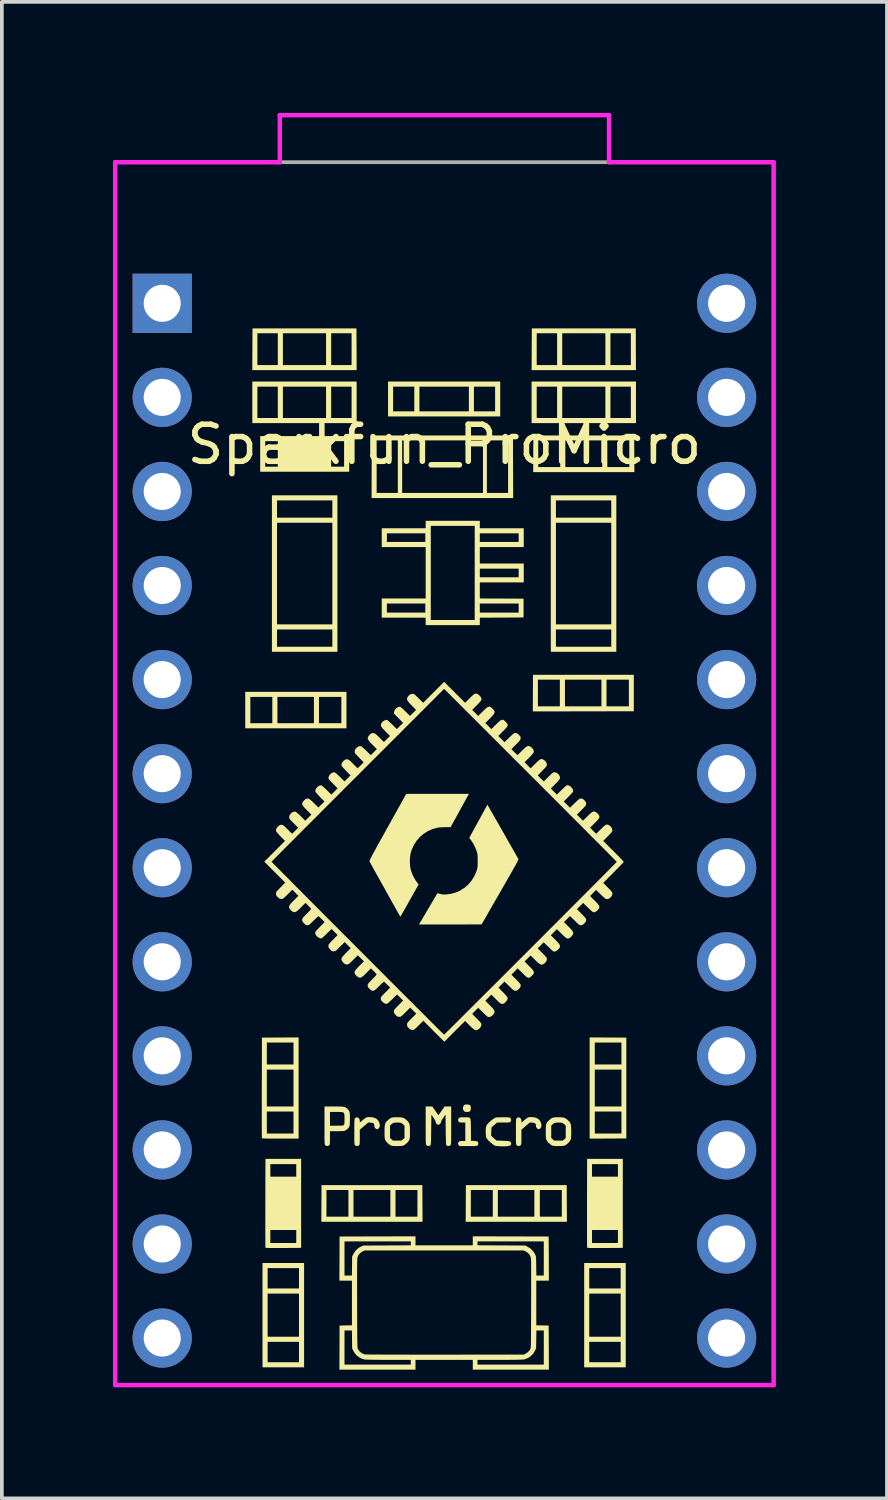
<source format=kicad_pcb>
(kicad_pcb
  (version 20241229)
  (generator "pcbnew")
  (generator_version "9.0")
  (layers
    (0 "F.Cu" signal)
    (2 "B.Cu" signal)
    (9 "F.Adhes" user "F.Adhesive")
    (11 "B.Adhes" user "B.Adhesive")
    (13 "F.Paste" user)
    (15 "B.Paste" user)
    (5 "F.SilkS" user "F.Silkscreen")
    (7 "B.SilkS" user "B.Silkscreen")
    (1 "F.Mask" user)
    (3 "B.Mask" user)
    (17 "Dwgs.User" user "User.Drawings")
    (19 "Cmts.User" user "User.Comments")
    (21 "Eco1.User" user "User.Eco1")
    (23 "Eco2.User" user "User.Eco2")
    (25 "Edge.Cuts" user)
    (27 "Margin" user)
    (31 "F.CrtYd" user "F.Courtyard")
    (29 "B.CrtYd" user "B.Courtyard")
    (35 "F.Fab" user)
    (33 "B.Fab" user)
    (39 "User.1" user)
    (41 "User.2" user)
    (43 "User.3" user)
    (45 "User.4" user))
  (footprint "Sparkfun_ProMicro"
    (layer "F.Cu")
    (at 8.95 19.11)
    (property "Reference" "Sparkfun_ProMicro" (at 0 -10.16 0) (layer "F.SilkS") (effects (font (size 1 1) (thickness 0.15))))
    (attr through_hole)
    (fp_poly (pts (xy -2.571 -9.422) (xy -4.975 -9.422) (xy -4.975 -9.559) (xy -4.838 -9.559) (xy -4.499 -9.559) (xy -3.058 -9.559) (xy -2.709 -9.559) (xy -2.709 -10.248) (xy -3.058 -10.248) (xy -3.058 -9.559) (xy -4.499 -9.559) (xy -4.499 -10.248) (xy -4.838 -10.248) (xy -4.838 -9.559) (xy -4.975 -9.559) (xy -4.975 -10.385) (xy -2.571 -10.385)) (stroke (width 0) (type solid)) (fill yes) (layer "F.SilkS"))
    (fp_poly (pts (xy 0.658 7.667) (xy 0.689 7.678) (xy 0.705 7.7) (xy 0.712 7.737) (xy 0.713 7.762) (xy 0.709 7.81) (xy 0.695 7.841) (xy 0.668 7.858) (xy 0.625 7.865) (xy 0.611 7.865) (xy 0.574 7.863) (xy 0.549 7.856) (xy 0.528 7.84) (xy 0.527 7.839) (xy 0.506 7.805) (xy 0.5 7.763) (xy 0.507 7.72) (xy 0.523 7.692) (xy 0.537 7.676) (xy 0.555 7.668) (xy 0.581 7.664) (xy 0.611 7.664)) (stroke (width 0) (type solid)) (fill yes) (layer "F.SilkS"))
    (fp_poly (pts (xy -2.645 -2.494) (xy -5.378 -2.494) (xy -5.378 -2.632) (xy -5.24 -2.632) (xy -4.647 -2.632) (xy -4.509 -2.632) (xy -3.524 -2.632) (xy -3.387 -2.632) (xy -2.783 -2.632) (xy -2.783 -3.342) (xy -3.387 -3.342) (xy -3.387 -2.632) (xy -3.524 -2.632) (xy -3.524 -3.342) (xy -4.509 -3.342) (xy -4.509 -2.632) (xy -4.647 -2.632) (xy -4.647 -3.342) (xy -5.24 -3.342) (xy -5.24 -2.632) (xy -5.378 -2.632) (xy -5.378 -3.479) (xy -2.645 -3.479)) (stroke (width 0) (type solid)) (fill yes) (layer "F.SilkS"))
    (fp_poly (pts (xy -2.37 -10.735) (xy -5.187 -10.735) (xy -5.187 -10.873) (xy -5.05 -10.873) (xy -4.499 -10.873) (xy -4.361 -10.873) (xy -3.196 -10.873) (xy -3.058 -10.873) (xy -2.507 -10.873) (xy -2.507 -11.72) (xy -3.058 -11.72) (xy -3.058 -10.873) (xy -3.196 -10.873) (xy -3.196 -11.72) (xy -4.361 -11.72) (xy -4.361 -10.873) (xy -4.499 -10.873) (xy -4.499 -11.72) (xy -5.05 -11.72) (xy -5.05 -10.873) (xy -5.187 -10.873) (xy -5.187 -11.858) (xy -2.37 -11.858)) (stroke (width 0) (type solid)) (fill yes) (layer "F.SilkS"))
    (fp_poly (pts (xy 1.507 -10.915) (xy -1.522 -10.915) (xy -1.522 -11.053) (xy -1.385 -11.053) (xy -0.813 -11.053) (xy -0.675 -11.053) (xy 0.66 -11.053) (xy 0.797 -11.053) (xy 1.369 -11.053) (xy 1.369 -11.72) (xy 0.797 -11.72) (xy 0.797 -11.053) (xy 0.66 -11.053) (xy 0.66 -11.72) (xy -0.675 -11.72) (xy -0.675 -11.053) (xy -0.813 -11.053) (xy -0.813 -11.72) (xy -1.385 -11.72) (xy -1.385 -11.053) (xy -1.522 -11.053) (xy -1.522 -11.858) (xy 1.507 -11.858)) (stroke (width 0) (type solid)) (fill yes) (layer "F.SilkS"))
    (fp_poly (pts (xy 5.172 -10.735) (xy 2.354 -10.735) (xy 2.354 -10.873) (xy 2.492 -10.873) (xy 3.043 -10.873) (xy 3.181 -10.873) (xy 4.346 -10.873) (xy 4.483 -10.873) (xy 5.034 -10.873) (xy 5.034 -11.72) (xy 4.483 -11.72) (xy 4.483 -10.873) (xy 4.346 -10.873) (xy 4.346 -11.72) (xy 3.181 -11.72) (xy 3.181 -10.873) (xy 3.043 -10.873) (xy 3.043 -11.72) (xy 2.492 -11.72) (xy 2.492 -10.873) (xy 2.354 -10.873) (xy 2.354 -11.858) (xy 5.172 -11.858)) (stroke (width 0) (type solid)) (fill yes) (layer "F.SilkS"))
    (fp_poly (pts (xy 1.854 -9.557) (xy 1.857 -8.712) (xy -1.967 -8.712) (xy -1.967 -8.85) (xy -1.83 -8.85) (xy -1.258 -8.85) (xy -1.141 -8.85) (xy 1.041 -8.85) (xy 1.147 -8.85) (xy 1.719 -8.85) (xy 1.719 -10.269) (xy 1.147 -10.269) (xy 1.147 -8.85) (xy 1.041 -8.85) (xy 1.041 -10.269) (xy -1.141 -10.269) (xy -1.141 -8.85) (xy -1.258 -8.85) (xy -1.258 -10.269) (xy -1.83 -10.269) (xy -1.83 -8.85) (xy -1.967 -8.85) (xy -1.962 -10.401) (xy 1.851 -10.401)) (stroke (width 0) (type solid)) (fill yes) (layer "F.SilkS"))
    (fp_poly (pts (xy 5.114 -2.955) (xy 2.386 -2.95) (xy 2.387 -3.087) (xy 2.524 -3.087) (xy 3.117 -3.087) (xy 3.255 -3.087) (xy 4.24 -3.087) (xy 4.377 -3.087) (xy 4.981 -3.087) (xy 4.981 -3.808) (xy 4.377 -3.808) (xy 4.377 -3.087) (xy 4.24 -3.087) (xy 4.24 -3.808) (xy 3.255 -3.808) (xy 3.255 -3.087) (xy 3.117 -3.087) (xy 3.117 -3.808) (xy 2.524 -3.808) (xy 2.524 -3.087) (xy 2.387 -3.087) (xy 2.389 -3.445) (xy 2.391 -3.94) (xy 5.114 -3.94)) (stroke (width 0) (type solid)) (fill yes) (layer "F.SilkS"))
    (fp_poly (pts (xy -3.789 14.76) (xy -4.912 14.76) (xy -4.912 14.623) (xy -4.774 14.623) (xy -3.927 14.623) (xy -3.927 14.072) (xy -4.774 14.072) (xy -4.774 14.623) (xy -4.912 14.623) (xy -4.912 13.934) (xy -4.774 13.934) (xy -3.927 13.934) (xy -3.927 12.769) (xy -4.774 12.769) (xy -4.774 13.934) (xy -4.912 13.934) (xy -4.912 12.631) (xy -4.774 12.631) (xy -3.927 12.631) (xy -3.927 12.081) (xy -4.774 12.081) (xy -4.774 12.631) (xy -4.912 12.631) (xy -4.912 11.943) (xy -3.789 11.943)) (stroke (width 0) (type solid)) (fill yes) (layer "F.SilkS"))
    (fp_poly (pts (xy -2.889 -4.56) (xy -4.658 -4.56) (xy -4.658 -4.697) (xy -4.52 -4.697) (xy -3.026 -4.697) (xy -3.026 -5.163) (xy -4.52 -5.163) (xy -4.52 -4.697) (xy -4.658 -4.697) (xy -4.658 -5.301) (xy -4.52 -5.301) (xy -3.026 -5.301) (xy -3.026 -8.045) (xy -4.52 -8.045) (xy -4.52 -5.301) (xy -4.658 -5.301) (xy -4.658 -8.182) (xy -4.52 -8.182) (xy -3.026 -8.182) (xy -3.026 -8.648) (xy -4.52 -8.648) (xy -4.52 -8.182) (xy -4.658 -8.182) (xy -4.658 -8.786) (xy -2.889 -8.786)) (stroke (width 0) (type solid)) (fill yes) (layer "F.SilkS"))
    (fp_poly (pts (xy -2.372 -12.729) (xy -2.37 -12.165) (xy -5.187 -12.165) (xy -5.187 -12.303) (xy -5.05 -12.303) (xy -4.499 -12.303) (xy -4.361 -12.303) (xy -3.196 -12.303) (xy -3.058 -12.303) (xy -2.507 -12.303) (xy -2.507 -13.161) (xy -3.058 -13.161) (xy -3.058 -12.303) (xy -3.196 -12.303) (xy -3.196 -13.161) (xy -4.361 -13.161) (xy -4.361 -12.303) (xy -4.499 -12.303) (xy -4.499 -13.161) (xy -5.05 -13.161) (xy -5.05 -12.303) (xy -5.187 -12.303) (xy -5.185 -12.729) (xy -5.182 -13.293) (xy -2.375 -13.293)) (stroke (width 0) (type solid)) (fill yes) (layer "F.SilkS"))
    (fp_poly (pts (xy -0.593 10.336) (xy -0.59 10.831) (xy -3.323 10.831) (xy -3.323 10.693) (xy -3.185 10.693) (xy -2.592 10.693) (xy -2.455 10.693) (xy -1.459 10.693) (xy -1.321 10.693) (xy -0.728 10.693) (xy -0.728 9.973) (xy -1.321 9.973) (xy -1.321 10.693) (xy -1.459 10.693) (xy -1.459 9.973) (xy -2.455 9.973) (xy -2.455 10.693) (xy -2.592 10.693) (xy -2.592 9.973) (xy -3.185 9.973) (xy -3.185 10.693) (xy -3.323 10.693) (xy -3.321 10.336) (xy -3.318 9.84) (xy -0.596 9.84)) (stroke (width 0) (type solid)) (fill yes) (layer "F.SilkS"))
    (fp_poly (pts (xy 3.305 10.336) (xy 3.308 10.831) (xy 0.575 10.831) (xy 0.575 10.693) (xy 0.713 10.693) (xy 1.306 10.693) (xy 1.443 10.693) (xy 2.428 10.693) (xy 2.577 10.693) (xy 3.17 10.693) (xy 3.17 9.973) (xy 2.577 9.973) (xy 2.577 10.693) (xy 2.428 10.693) (xy 2.428 9.973) (xy 1.443 9.973) (xy 1.443 10.693) (xy 1.306 10.693) (xy 1.306 9.973) (xy 0.713 9.973) (xy 0.713 10.693) (xy 0.575 10.693) (xy 0.577 10.336) (xy 0.58 9.84) (xy 3.302 9.84)) (stroke (width 0) (type solid)) (fill yes) (layer "F.SilkS"))
    (fp_poly (pts (xy 4.642 -4.56) (xy 2.873 -4.56) (xy 2.873 -4.697) (xy 3.011 -4.697) (xy 4.505 -4.697) (xy 4.505 -5.163) (xy 3.011 -5.163) (xy 3.011 -4.697) (xy 2.873 -4.697) (xy 2.873 -5.301) (xy 3.011 -5.301) (xy 4.505 -5.301) (xy 4.505 -8.045) (xy 3.011 -8.045) (xy 3.011 -5.301) (xy 2.873 -5.301) (xy 2.873 -8.182) (xy 3.011 -8.182) (xy 4.505 -8.182) (xy 4.505 -8.648) (xy 3.011 -8.648) (xy 3.011 -8.182) (xy 2.873 -8.182) (xy 2.873 -8.786) (xy 4.642 -8.786)) (stroke (width 0) (type solid)) (fill yes) (layer "F.SilkS"))
    (fp_poly (pts (xy 4.896 14.76) (xy 3.774 14.76) (xy 3.774 14.623) (xy 3.911 14.623) (xy 4.759 14.623) (xy 4.759 14.072) (xy 3.911 14.072) (xy 3.911 14.623) (xy 3.774 14.623) (xy 3.774 13.934) (xy 3.911 13.934) (xy 4.759 13.934) (xy 4.759 12.769) (xy 3.911 12.769) (xy 3.911 13.934) (xy 3.774 13.934) (xy 3.774 12.631) (xy 3.911 12.631) (xy 4.759 12.631) (xy 4.759 12.081) (xy 3.911 12.081) (xy 3.911 12.631) (xy 3.774 12.631) (xy 3.774 11.943) (xy 4.896 11.943)) (stroke (width 0) (type solid)) (fill yes) (layer "F.SilkS"))
    (fp_poly (pts (xy 5.127 -9.906) (xy 5.13 -9.411) (xy 2.396 -9.411) (xy 2.397 -9.549) (xy 2.534 -9.549) (xy 3.128 -9.549) (xy 3.265 -9.549) (xy 4.261 -9.549) (xy 4.399 -9.549) (xy 4.992 -9.549) (xy 4.992 -10.269) (xy 4.399 -10.269) (xy 4.399 -9.549) (xy 4.261 -9.549) (xy 4.261 -10.269) (xy 3.265 -10.269) (xy 3.265 -9.549) (xy 3.128 -9.549) (xy 3.128 -10.269) (xy 2.534 -10.269) (xy 2.534 -9.549) (xy 2.397 -9.549) (xy 2.399 -9.906) (xy 2.402 -10.401) (xy 5.124 -10.401)) (stroke (width 0) (type solid)) (fill yes) (layer "F.SilkS"))
    (fp_poly (pts (xy 5.169 -12.729) (xy 5.172 -12.165) (xy 2.354 -12.165) (xy 2.355 -12.303) (xy 2.492 -12.303) (xy 3.043 -12.303) (xy 3.181 -12.303) (xy 4.346 -12.303) (xy 4.483 -12.303) (xy 5.034 -12.303) (xy 5.034 -13.161) (xy 4.483 -13.161) (xy 4.483 -12.303) (xy 4.346 -12.303) (xy 4.346 -13.161) (xy 3.181 -13.161) (xy 3.181 -12.303) (xy 3.043 -12.303) (xy 3.043 -13.161) (xy 2.492 -13.161) (xy 2.492 -12.303) (xy 2.355 -12.303) (xy 2.357 -12.729) (xy 2.36 -13.293) (xy 5.167 -13.293)) (stroke (width 0) (type solid)) (fill yes) (layer "F.SilkS"))
    (fp_poly (pts (xy 4.417 5.855) (xy 4.912 5.858) (xy 4.912 8.58) (xy 4.417 8.583) (xy 3.922 8.585) (xy 3.922 8.447) (xy 4.06 8.447) (xy 4.78 8.447) (xy 4.78 7.854) (xy 4.06 7.854) (xy 4.06 8.447) (xy 3.922 8.447) (xy 3.922 7.717) (xy 4.06 7.717) (xy 4.78 7.717) (xy 4.78 6.721) (xy 4.06 6.721) (xy 4.06 7.717) (xy 3.922 7.717) (xy 3.922 6.583) (xy 4.06 6.583) (xy 4.78 6.583) (xy 4.78 5.99) (xy 4.06 5.99) (xy 4.06 6.583) (xy 3.922 6.583) (xy 3.922 5.852)) (stroke (width 0) (type solid)) (fill yes) (layer "F.SilkS"))
    (fp_poly (pts (xy -3.869 11.535) (xy -4.348 11.538) (xy -4.466 11.538) (xy -4.565 11.539) (xy -4.645 11.538) (xy -4.709 11.538) (xy -4.757 11.537) (xy -4.793 11.535) (xy -4.816 11.533) (xy -4.829 11.53) (xy -4.833 11.527) (xy -4.833 11.515) (xy -4.834 11.483) (xy -4.835 11.433) (xy -4.835 11.403) (xy -4.7 11.403) (xy -4.001 11.403) (xy -4.001 11.053) (xy -4.7 11.053) (xy -4.7 11.403) (xy -4.835 11.403) (xy -4.835 11.365) (xy -4.835 11.282) (xy -4.836 11.184) (xy -4.836 11.073) (xy -4.836 10.951) (xy -4.836 10.818) (xy -4.836 10.676) (xy -4.836 10.527) (xy -4.835 10.371) (xy -4.835 10.322) (xy -4.834 9.613) (xy -4.7 9.613) (xy -4.001 9.613) (xy -4.001 9.274) (xy -4.7 9.274) (xy -4.7 9.613) (xy -4.834 9.613) (xy -4.832 9.131) (xy -3.869 9.131)) (stroke (width 0) (type solid)) (fill yes) (layer "F.SilkS"))
    (fp_poly (pts (xy 4.817 11.535) (xy 4.337 11.538) (xy 4.219 11.538) (xy 4.121 11.539) (xy 4.041 11.538) (xy 3.977 11.538) (xy 3.928 11.537) (xy 3.893 11.535) (xy 3.87 11.533) (xy 3.857 11.53) (xy 3.853 11.527) (xy 3.852 11.515) (xy 3.852 11.483) (xy 3.851 11.433) (xy 3.851 11.403) (xy 3.986 11.403) (xy 4.685 11.403) (xy 4.685 11.053) (xy 3.986 11.053) (xy 3.986 11.403) (xy 3.851 11.403) (xy 3.851 11.365) (xy 3.85 11.282) (xy 3.85 11.184) (xy 3.85 11.073) (xy 3.85 10.951) (xy 3.85 10.818) (xy 3.85 10.676) (xy 3.85 10.527) (xy 3.85 10.371) (xy 3.85 10.322) (xy 3.852 9.613) (xy 3.986 9.613) (xy 4.685 9.613) (xy 4.685 9.274) (xy 3.986 9.274) (xy 3.986 9.613) (xy 3.852 9.613) (xy 3.853 9.131) (xy 4.817 9.131)) (stroke (width 0) (type solid)) (fill yes) (layer "F.SilkS"))
    (fp_poly (pts (xy -3.937 8.585) (xy -4.43 8.585) (xy -4.551 8.585) (xy -4.651 8.585) (xy -4.734 8.584) (xy -4.799 8.583) (xy -4.85 8.582) (xy -4.886 8.58) (xy -4.911 8.577) (xy -4.924 8.575) (xy -4.928 8.572) (xy -4.929 8.56) (xy -4.929 8.528) (xy -4.93 8.477) (xy -4.93 8.447) (xy -4.795 8.447) (xy -4.075 8.447) (xy -4.075 7.854) (xy -4.795 7.854) (xy -4.795 8.447) (xy -4.93 8.447) (xy -4.93 8.409) (xy -4.931 8.325) (xy -4.931 8.226) (xy -4.931 8.114) (xy -4.931 7.989) (xy -4.931 7.854) (xy -4.931 7.717) (xy -4.795 7.717) (xy -4.075 7.717) (xy -4.075 6.721) (xy -4.795 6.721) (xy -4.795 7.717) (xy -4.931 7.717) (xy -4.931 7.708) (xy -4.931 7.554) (xy -4.931 7.393) (xy -4.931 7.226) (xy -4.931 7.208) (xy -4.929 6.583) (xy -4.795 6.583) (xy -4.075 6.583) (xy -4.075 5.99) (xy -4.795 5.99) (xy -4.795 6.583) (xy -4.929 6.583) (xy -4.928 5.858) (xy -4.433 5.855) (xy -3.937 5.852)) (stroke (width 0) (type solid)) (fill yes) (layer "F.SilkS"))
    (fp_poly (pts (xy 0.626 8.008) (xy 0.655 8.011) (xy 0.677 8.019) (xy 0.693 8.034) (xy 0.703 8.058) (xy 0.709 8.094) (xy 0.713 8.143) (xy 0.714 8.208) (xy 0.715 8.291) (xy 0.715 8.346) (xy 0.718 8.643) (xy 0.799 8.646) (xy 0.844 8.649) (xy 0.873 8.655) (xy 0.891 8.664) (xy 0.898 8.67) (xy 0.914 8.702) (xy 0.913 8.738) (xy 0.898 8.766) (xy 0.89 8.772) (xy 0.88 8.777) (xy 0.865 8.781) (xy 0.841 8.784) (xy 0.807 8.785) (xy 0.758 8.786) (xy 0.693 8.786) (xy 0.643 8.786) (xy 0.407 8.786) (xy 0.385 8.759) (xy 0.37 8.736) (xy 0.363 8.718) (xy 0.363 8.718) (xy 0.369 8.701) (xy 0.384 8.678) (xy 0.385 8.677) (xy 0.398 8.662) (xy 0.413 8.654) (xy 0.436 8.65) (xy 0.473 8.649) (xy 0.486 8.649) (xy 0.564 8.649) (xy 0.564 8.151) (xy 0.486 8.151) (xy 0.444 8.15) (xy 0.418 8.147) (xy 0.402 8.14) (xy 0.389 8.128) (xy 0.385 8.123) (xy 0.367 8.095) (xy 0.366 8.073) (xy 0.381 8.047) (xy 0.389 8.038) (xy 0.4 8.025) (xy 0.412 8.017) (xy 0.428 8.012) (xy 0.452 8.009) (xy 0.49 8.008) (xy 0.541 8.008) (xy 0.588 8.008)) (stroke (width 0) (type solid)) (fill yes) (layer "F.SilkS"))
    (fp_poly (pts (xy 0.956 -7.896) (xy 2.142 -7.896) (xy 2.142 -7.388) (xy 0.956 -7.388) (xy 0.956 -6.943) (xy 2.142 -6.943) (xy 2.142 -6.435) (xy 0.956 -6.435) (xy 0.956 -6) (xy 1.547 -5.998) (xy 2.137 -5.995) (xy 2.137 -5.487) (xy 1.547 -5.484) (xy 0.956 -5.481) (xy 0.956 -5.28) (xy -0.506 -5.28) (xy -0.506 -5.418) (xy -0.368 -5.418) (xy 0.818 -5.418) (xy 0.818 -5.619) (xy 0.956 -5.619) (xy 2.005 -5.619) (xy 2.005 -5.863) (xy 0.956 -5.863) (xy 0.956 -5.619) (xy 0.818 -5.619) (xy 0.818 -6.572) (xy 0.956 -6.572) (xy 2.005 -6.572) (xy 2.005 -6.805) (xy 0.956 -6.805) (xy 0.956 -6.572) (xy 0.818 -6.572) (xy 0.818 -7.526) (xy 0.956 -7.526) (xy 2.005 -7.526) (xy 2.005 -7.759) (xy 0.956 -7.759) (xy 0.956 -7.526) (xy 0.818 -7.526) (xy 0.818 -7.96) (xy -0.368 -7.96) (xy -0.368 -5.418) (xy -0.506 -5.418) (xy -0.506 -5.481) (xy -1.692 -5.481) (xy -1.692 -5.619) (xy -1.554 -5.619) (xy -0.516 -5.619) (xy -0.516 -5.863) (xy -1.554 -5.863) (xy -1.554 -5.619) (xy -1.692 -5.619) (xy -1.692 -6) (xy -0.506 -6) (xy -0.506 -7.388) (xy -1.692 -7.388) (xy -1.692 -7.526) (xy -1.554 -7.526) (xy -0.516 -7.526) (xy -0.516 -7.759) (xy -1.554 -7.759) (xy -1.554 -7.526) (xy -1.692 -7.526) (xy -1.692 -7.896) (xy -0.506 -7.896) (xy -0.506 -8.097) (xy 0.956 -8.097)) (stroke (width 0) (type solid)) (fill yes) (layer "F.SilkS"))
    (fp_poly (pts (xy 1.658 8.008) (xy 1.704 8.009) (xy 1.735 8.01) (xy 1.755 8.013) (xy 1.768 8.019) (xy 1.777 8.026) (xy 1.783 8.033) (xy 1.801 8.068) (xy 1.799 8.103) (xy 1.782 8.13) (xy 1.773 8.138) (xy 1.76 8.143) (xy 1.741 8.147) (xy 1.713 8.149) (xy 1.671 8.151) (xy 1.612 8.151) (xy 1.592 8.151) (xy 1.422 8.151) (xy 1.345 8.218) (xy 1.269 8.285) (xy 1.265 8.395) (xy 1.262 8.506) (xy 1.404 8.636) (xy 1.584 8.643) (xy 1.651 8.646) (xy 1.7 8.649) (xy 1.735 8.653) (xy 1.758 8.657) (xy 1.773 8.663) (xy 1.783 8.67) (xy 1.783 8.671) (xy 1.801 8.702) (xy 1.8 8.737) (xy 1.789 8.76) (xy 1.767 8.775) (xy 1.726 8.785) (xy 1.668 8.792) (xy 1.596 8.794) (xy 1.512 8.792) (xy 1.442 8.787) (xy 1.398 8.782) (xy 1.367 8.775) (xy 1.341 8.763) (xy 1.311 8.741) (xy 1.303 8.736) (xy 1.231 8.677) (xy 1.178 8.624) (xy 1.142 8.58) (xy 1.127 8.547) (xy 1.122 8.519) (xy 1.118 8.476) (xy 1.116 8.426) (xy 1.115 8.39) (xy 1.116 8.334) (xy 1.118 8.294) (xy 1.124 8.264) (xy 1.133 8.238) (xy 1.137 8.228) (xy 1.158 8.198) (xy 1.191 8.161) (xy 1.232 8.121) (xy 1.278 8.083) (xy 1.322 8.051) (xy 1.361 8.027) (xy 1.388 8.016) (xy 1.412 8.013) (xy 1.453 8.011) (xy 1.505 8.009) (xy 1.565 8.008) (xy 1.595 8.008)) (stroke (width 0) (type solid)) (fill yes) (layer "F.SilkS"))
    (fp_poly (pts (xy -1.943 8.009) (xy -1.876 8.027) (xy -1.824 8.057) (xy -1.822 8.059) (xy -1.785 8.101) (xy -1.76 8.149) (xy -1.746 8.199) (xy -1.745 8.247) (xy -1.758 8.288) (xy -1.771 8.305) (xy -1.795 8.323) (xy -1.818 8.331) (xy -1.819 8.331) (xy -1.849 8.321) (xy -1.874 8.296) (xy -1.89 8.262) (xy -1.893 8.238) (xy -1.897 8.2) (xy -1.911 8.175) (xy -1.937 8.161) (xy -1.981 8.154) (xy -1.99 8.153) (xy -2.057 8.149) (xy -2.171 8.247) (xy -2.285 8.344) (xy -2.285 8.544) (xy -2.285 8.614) (xy -2.286 8.666) (xy -2.287 8.704) (xy -2.29 8.729) (xy -2.294 8.746) (xy -2.299 8.757) (xy -2.306 8.765) (xy -2.333 8.781) (xy -2.359 8.786) (xy -2.39 8.779) (xy -2.412 8.765) (xy -2.418 8.759) (xy -2.423 8.75) (xy -2.426 8.737) (xy -2.429 8.718) (xy -2.431 8.69) (xy -2.432 8.651) (xy -2.433 8.598) (xy -2.433 8.53) (xy -2.433 8.444) (xy -2.433 8.401) (xy -2.433 8.306) (xy -2.433 8.23) (xy -2.432 8.17) (xy -2.431 8.125) (xy -2.429 8.092) (xy -2.427 8.069) (xy -2.424 8.053) (xy -2.419 8.043) (xy -2.415 8.036) (xy -2.385 8.012) (xy -2.355 8.009) (xy -2.322 8.027) (xy -2.318 8.03) (xy -2.296 8.052) (xy -2.287 8.076) (xy -2.285 8.105) (xy -2.285 8.152) (xy -2.208 8.087) (xy -2.164 8.051) (xy -2.131 8.027) (xy -2.102 8.012) (xy -2.073 8.005) (xy -2.039 8.003) (xy -2.025 8.003)) (stroke (width 0) (type solid)) (fill yes) (layer "F.SilkS"))
    (fp_poly (pts (xy 2.421 8.009) (xy 2.488 8.027) (xy 2.539 8.057) (xy 2.542 8.059) (xy 2.579 8.101) (xy 2.604 8.149) (xy 2.618 8.199) (xy 2.619 8.247) (xy 2.606 8.288) (xy 2.593 8.305) (xy 2.569 8.323) (xy 2.546 8.331) (xy 2.545 8.331) (xy 2.515 8.321) (xy 2.49 8.296) (xy 2.474 8.262) (xy 2.471 8.238) (xy 2.467 8.2) (xy 2.453 8.175) (xy 2.427 8.161) (xy 2.383 8.154) (xy 2.374 8.153) (xy 2.307 8.149) (xy 2.193 8.247) (xy 2.079 8.344) (xy 2.079 8.544) (xy 2.079 8.614) (xy 2.078 8.666) (xy 2.077 8.704) (xy 2.074 8.729) (xy 2.07 8.746) (xy 2.065 8.757) (xy 2.058 8.765) (xy 2.031 8.781) (xy 2.005 8.786) (xy 1.974 8.779) (xy 1.952 8.765) (xy 1.946 8.759) (xy 1.941 8.75) (xy 1.938 8.737) (xy 1.935 8.718) (xy 1.933 8.69) (xy 1.932 8.651) (xy 1.931 8.598) (xy 1.931 8.53) (xy 1.931 8.444) (xy 1.931 8.401) (xy 1.931 8.306) (xy 1.931 8.23) (xy 1.932 8.17) (xy 1.933 8.125) (xy 1.935 8.092) (xy 1.937 8.069) (xy 1.94 8.053) (xy 1.945 8.043) (xy 1.949 8.036) (xy 1.979 8.012) (xy 2.009 8.009) (xy 2.042 8.027) (xy 2.046 8.03) (xy 2.068 8.052) (xy 2.077 8.076) (xy 2.079 8.105) (xy 2.079 8.152) (xy 2.156 8.087) (xy 2.2 8.051) (xy 2.233 8.027) (xy 2.262 8.012) (xy 2.291 8.005) (xy 2.325 8.003) (xy 2.339 8.003)) (stroke (width 0) (type solid)) (fill yes) (layer "F.SilkS"))
    (fp_poly (pts (xy -1.208 8.009) (xy -1.16 8.012) (xy -1.122 8.02) (xy -1.09 8.033) (xy -1.06 8.053) (xy -1.025 8.083) (xy -1.016 8.091) (xy -0.987 8.119) (xy -0.966 8.146) (xy -0.95 8.175) (xy -0.94 8.21) (xy -0.934 8.254) (xy -0.931 8.312) (xy -0.93 8.386) (xy -0.93 8.4) (xy -0.93 8.469) (xy -0.931 8.521) (xy -0.934 8.559) (xy -0.938 8.586) (xy -0.943 8.608) (xy -0.949 8.622) (xy -0.973 8.661) (xy -1.01 8.702) (xy -1.052 8.739) (xy -1.094 8.766) (xy -1.104 8.771) (xy -1.134 8.778) (xy -1.178 8.783) (xy -1.232 8.786) (xy -1.29 8.786) (xy -1.347 8.785) (xy -1.397 8.781) (xy -1.434 8.775) (xy -1.445 8.771) (xy -1.484 8.748) (xy -1.525 8.713) (xy -1.564 8.673) (xy -1.592 8.633) (xy -1.598 8.622) (xy -1.605 8.603) (xy -1.611 8.58) (xy -1.612 8.566) (xy -1.469 8.566) (xy -1.43 8.602) (xy -1.391 8.638) (xy -1.156 8.638) (xy -1.117 8.602) (xy -1.078 8.566) (xy -1.078 8.234) (xy -1.112 8.202) (xy -1.141 8.177) (xy -1.17 8.162) (xy -1.205 8.154) (xy -1.252 8.151) (xy -1.273 8.151) (xy -1.327 8.152) (xy -1.365 8.158) (xy -1.396 8.171) (xy -1.424 8.191) (xy -1.435 8.202) (xy -1.469 8.234) (xy -1.469 8.566) (xy -1.612 8.566) (xy -1.614 8.55) (xy -1.616 8.51) (xy -1.617 8.454) (xy -1.617 8.4) (xy -1.617 8.322) (xy -1.614 8.262) (xy -1.608 8.216) (xy -1.599 8.18) (xy -1.584 8.15) (xy -1.563 8.123) (xy -1.536 8.096) (xy -1.531 8.091) (xy -1.494 8.059) (xy -1.463 8.036) (xy -1.433 8.022) (xy -1.397 8.013) (xy -1.352 8.009) (xy -1.291 8.008) (xy -1.273 8.008)) (stroke (width 0) (type solid)) (fill yes) (layer "F.SilkS"))
    (fp_poly (pts (xy 3.145 8.009) (xy 3.194 8.012) (xy 3.231 8.02) (xy 3.263 8.033) (xy 3.294 8.053) (xy 3.328 8.083) (xy 3.337 8.091) (xy 3.366 8.119) (xy 3.388 8.146) (xy 3.403 8.175) (xy 3.414 8.21) (xy 3.42 8.254) (xy 3.423 8.312) (xy 3.424 8.386) (xy 3.424 8.4) (xy 3.423 8.469) (xy 3.422 8.521) (xy 3.42 8.559) (xy 3.416 8.586) (xy 3.41 8.608) (xy 3.404 8.622) (xy 3.38 8.661) (xy 3.343 8.702) (xy 3.301 8.739) (xy 3.26 8.766) (xy 3.249 8.771) (xy 3.22 8.778) (xy 3.175 8.783) (xy 3.121 8.786) (xy 3.063 8.786) (xy 3.006 8.785) (xy 2.957 8.781) (xy 2.92 8.775) (xy 2.908 8.771) (xy 2.87 8.748) (xy 2.828 8.713) (xy 2.79 8.673) (xy 2.761 8.633) (xy 2.755 8.622) (xy 2.748 8.603) (xy 2.743 8.58) (xy 2.741 8.566) (xy 2.884 8.566) (xy 2.923 8.602) (xy 2.962 8.638) (xy 3.198 8.638) (xy 3.237 8.602) (xy 3.276 8.566) (xy 3.276 8.234) (xy 3.242 8.202) (xy 3.212 8.177) (xy 3.184 8.162) (xy 3.149 8.154) (xy 3.102 8.151) (xy 3.08 8.151) (xy 3.027 8.152) (xy 2.988 8.158) (xy 2.958 8.171) (xy 2.929 8.191) (xy 2.918 8.202) (xy 2.884 8.234) (xy 2.884 8.566) (xy 2.741 8.566) (xy 2.739 8.55) (xy 2.737 8.51) (xy 2.736 8.454) (xy 2.736 8.4) (xy 2.737 8.322) (xy 2.739 8.262) (xy 2.745 8.216) (xy 2.754 8.18) (xy 2.769 8.15) (xy 2.79 8.123) (xy 2.818 8.096) (xy 2.823 8.091) (xy 2.859 8.059) (xy 2.89 8.036) (xy 2.921 8.022) (xy 2.956 8.013) (xy 3.002 8.009) (xy 3.062 8.008) (xy 3.08 8.008)) (stroke (width 0) (type solid)) (fill yes) (layer "F.SilkS"))
    (fp_poly (pts (xy 0.605 -0.621) (xy 0.586 -0.587) (xy 0.559 -0.538) (xy 0.525 -0.476) (xy 0.486 -0.404) (xy 0.442 -0.325) (xy 0.397 -0.243) (xy 0.358 -0.171) (xy 0.167 0.174) (xy 0.028 0.175) (xy -0.034 0.176) (xy -0.096 0.179) (xy -0.151 0.184) (xy -0.19 0.19) (xy -0.322 0.226) (xy -0.445 0.28) (xy -0.558 0.351) (xy -0.66 0.438) (xy -0.749 0.539) (xy -0.822 0.653) (xy -0.88 0.778) (xy -0.909 0.869) (xy -0.924 0.945) (xy -0.932 1.033) (xy -0.933 1.127) (xy -0.927 1.217) (xy -0.915 1.298) (xy -0.909 1.324) (xy -0.877 1.42) (xy -0.832 1.518) (xy -0.779 1.61) (xy -0.749 1.653) (xy -0.696 1.723) (xy -0.936 2.148) (xy -0.985 2.235) (xy -1.031 2.317) (xy -1.073 2.391) (xy -1.11 2.456) (xy -1.14 2.509) (xy -1.164 2.549) (xy -1.178 2.575) (xy -1.184 2.583) (xy -1.195 2.585) (xy -1.197 2.583) (xy -1.207 2.565) (xy -1.227 2.53) (xy -1.254 2.481) (xy -1.289 2.42) (xy -1.329 2.347) (xy -1.375 2.266) (xy -1.425 2.177) (xy -1.478 2.082) (xy -1.533 1.983) (xy -1.589 1.881) (xy -1.646 1.779) (xy -1.702 1.678) (xy -1.757 1.58) (xy -1.809 1.487) (xy -1.858 1.4) (xy -1.902 1.32) (xy -1.94 1.251) (xy -1.972 1.193) (xy -1.997 1.148) (xy -2.014 1.118) (xy -2.021 1.105) (xy -2.021 1.104) (xy -2.023 1.099) (xy -2.022 1.091) (xy -2.02 1.08) (xy -2.015 1.065) (xy -2.006 1.045) (xy -1.993 1.018) (xy -1.976 0.983) (xy -1.953 0.94) (xy -1.925 0.887) (xy -1.89 0.823) (xy -1.848 0.746) (xy -1.799 0.657) (xy -1.742 0.554) (xy -1.675 0.435) (xy -1.6 0.299) (xy -1.532 0.176) (xy -1.03 -0.725) (xy -0.184 -0.725) (xy 0.661 -0.725)) (stroke (width 0) (type solid)) (fill yes) (layer "F.SilkS"))
    (fp_poly (pts (xy -0.246 7.833) (xy -0.216 7.876) (xy -0.191 7.912) (xy -0.172 7.937) (xy -0.162 7.949) (xy -0.161 7.95) (xy -0.154 7.941) (xy -0.137 7.919) (xy -0.113 7.885) (xy -0.084 7.844) (xy -0.077 7.833) (xy 0.004 7.717) (xy 0.183 7.717) (xy 0.183 8.23) (xy 0.183 8.348) (xy 0.183 8.446) (xy 0.182 8.527) (xy 0.182 8.592) (xy 0.181 8.643) (xy 0.18 8.682) (xy 0.178 8.711) (xy 0.176 8.732) (xy 0.173 8.746) (xy 0.17 8.755) (xy 0.165 8.761) (xy 0.162 8.765) (xy 0.131 8.783) (xy 0.094 8.785) (xy 0.061 8.771) (xy 0.055 8.767) (xy 0.051 8.76) (xy 0.047 8.748) (xy 0.045 8.73) (xy 0.042 8.704) (xy 0.041 8.667) (xy 0.039 8.617) (xy 0.038 8.553) (xy 0.036 8.472) (xy 0.035 8.373) (xy 0.035 8.346) (xy 0.029 7.936) (xy -0.032 8.023) (xy -0.067 8.076) (xy -0.087 8.117) (xy -0.092 8.14) (xy -0.102 8.171) (xy -0.125 8.197) (xy -0.155 8.21) (xy -0.177 8.209) (xy -0.208 8.194) (xy -0.228 8.164) (xy -0.237 8.131) (xy -0.246 8.104) (xy -0.265 8.068) (xy -0.289 8.028) (xy -0.298 8.015) (xy -0.352 7.937) (xy -0.357 8.347) (xy -0.359 8.451) (xy -0.36 8.536) (xy -0.361 8.604) (xy -0.363 8.656) (xy -0.365 8.696) (xy -0.367 8.725) (xy -0.369 8.745) (xy -0.373 8.757) (xy -0.377 8.765) (xy -0.382 8.77) (xy -0.383 8.771) (xy -0.418 8.785) (xy -0.454 8.782) (xy -0.484 8.763) (xy -0.489 8.757) (xy -0.493 8.75) (xy -0.496 8.74) (xy -0.499 8.724) (xy -0.501 8.702) (xy -0.503 8.671) (xy -0.504 8.629) (xy -0.505 8.575) (xy -0.505 8.506) (xy -0.505 8.422) (xy -0.506 8.32) (xy -0.506 8.228) (xy -0.506 7.717) (xy -0.327 7.717)) (stroke (width 0) (type solid)) (fill yes) (layer "F.SilkS"))
    (fp_poly (pts (xy -2.981 7.717) (xy -2.892 7.717) (xy -2.82 7.719) (xy -2.764 7.721) (xy -2.721 7.726) (xy -2.688 7.734) (xy -2.662 7.745) (xy -2.64 7.759) (xy -2.62 7.778) (xy -2.606 7.794) (xy -2.585 7.82) (xy -2.57 7.847) (xy -2.56 7.879) (xy -2.554 7.92) (xy -2.551 7.972) (xy -2.551 8.04) (xy -2.552 8.079) (xy -2.553 8.141) (xy -2.555 8.187) (xy -2.557 8.219) (xy -2.561 8.242) (xy -2.568 8.259) (xy -2.577 8.275) (xy -2.587 8.29) (xy -2.616 8.322) (xy -2.652 8.351) (xy -2.665 8.359) (xy -2.683 8.368) (xy -2.701 8.375) (xy -2.723 8.379) (xy -2.751 8.382) (xy -2.791 8.383) (xy -2.845 8.384) (xy -2.901 8.384) (xy -3.09 8.384) (xy -3.09 8.564) (xy -3.09 8.63) (xy -3.091 8.679) (xy -3.093 8.713) (xy -3.096 8.735) (xy -3.1 8.75) (xy -3.107 8.761) (xy -3.111 8.765) (xy -3.143 8.783) (xy -3.179 8.784) (xy -3.211 8.769) (xy -3.217 8.763) (xy -3.222 8.757) (xy -3.226 8.75) (xy -3.229 8.74) (xy -3.232 8.724) (xy -3.234 8.702) (xy -3.236 8.671) (xy -3.237 8.629) (xy -3.238 8.575) (xy -3.238 8.506) (xy -3.238 8.422) (xy -3.238 8.32) (xy -3.238 8.236) (xy -3.09 8.236) (xy -2.913 8.236) (xy -2.846 8.235) (xy -2.797 8.234) (xy -2.763 8.232) (xy -2.74 8.229) (xy -2.725 8.224) (xy -2.718 8.218) (xy -2.71 8.209) (xy -2.704 8.195) (xy -2.701 8.172) (xy -2.699 8.138) (xy -2.698 8.089) (xy -2.698 8.054) (xy -2.698 7.99) (xy -2.7 7.943) (xy -2.706 7.909) (xy -2.719 7.887) (xy -2.742 7.874) (xy -2.777 7.867) (xy -2.827 7.865) (xy -2.896 7.865) (xy -2.915 7.865) (xy -3.09 7.865) (xy -3.09 8.236) (xy -3.238 8.236) (xy -3.238 8.228) (xy -3.238 7.717)) (stroke (width 0) (type solid)) (fill yes) (layer "F.SilkS"))
    (fp_poly (pts (xy 1.179 -0.401) (xy 1.187 -0.387) (xy 1.205 -0.356) (xy 1.232 -0.31) (xy 1.266 -0.249) (xy 1.307 -0.177) (xy 1.355 -0.094) (xy 1.408 -0.001) (xy 1.465 0.099) (xy 1.526 0.206) (xy 1.587 0.313) (xy 1.65 0.424) (xy 1.71 0.53) (xy 1.767 0.63) (xy 1.82 0.722) (xy 1.867 0.805) (xy 1.908 0.877) (xy 1.941 0.936) (xy 1.967 0.981) (xy 1.984 1.011) (xy 1.992 1.024) (xy 1.994 1.029) (xy 1.996 1.035) (xy 1.996 1.042) (xy 1.993 1.053) (xy 1.988 1.068) (xy 1.979 1.087) (xy 1.966 1.114) (xy 1.949 1.147) (xy 1.926 1.19) (xy 1.897 1.242) (xy 1.862 1.304) (xy 1.82 1.379) (xy 1.77 1.467) (xy 1.711 1.569) (xy 1.644 1.687) (xy 1.567 1.82) (xy 1.506 1.927) (xy 1.004 2.801) (xy 0.158 2.802) (xy -0.687 2.802) (xy -0.666 2.767) (xy -0.655 2.749) (xy -0.635 2.715) (xy -0.608 2.669) (xy -0.575 2.613) (xy -0.538 2.55) (xy -0.505 2.495) (xy -0.461 2.42) (xy -0.415 2.341) (xy -0.369 2.264) (xy -0.327 2.192) (xy -0.291 2.132) (xy -0.277 2.107) (xy -0.188 1.957) (xy -0.117 1.978) (xy -0.068 1.989) (xy -0.022 1.994) (xy 0.032 1.993) (xy 0.045 1.993) (xy 0.184 1.973) (xy 0.316 1.935) (xy 0.438 1.879) (xy 0.55 1.806) (xy 0.65 1.717) (xy 0.736 1.614) (xy 0.808 1.497) (xy 0.864 1.369) (xy 0.873 1.34) (xy 0.883 1.307) (xy 0.889 1.276) (xy 0.894 1.243) (xy 0.896 1.202) (xy 0.898 1.149) (xy 0.898 1.086) (xy 0.898 1.018) (xy 0.896 0.966) (xy 0.894 0.926) (xy 0.889 0.893) (xy 0.882 0.862) (xy 0.873 0.832) (xy 0.837 0.736) (xy 0.79 0.64) (xy 0.736 0.552) (xy 0.719 0.528) (xy 0.67 0.464) (xy 0.915 0.017) (xy 1.161 -0.431)) (stroke (width 0) (type solid)) (fill yes) (layer "F.SilkS"))
    (fp_poly (pts (xy 1.79 11.225) (xy 2.815 11.228) (xy 2.821 12.42) (xy 2.481 12.42) (xy 2.481 13.626) (xy 2.648 13.629) (xy 2.815 13.632) (xy 2.821 14.824) (xy 0.766 14.824) (xy 0.766 14.686) (xy 0.893 14.686) (xy 2.683 14.686) (xy 2.683 13.765) (xy 2.483 13.765) (xy 2.48 14.006) (xy 2.476 14.247) (xy 2.443 14.316) (xy 2.395 14.395) (xy 2.331 14.46) (xy 2.256 14.51) (xy 2.17 14.542) (xy 2.137 14.549) (xy 2.114 14.551) (xy 2.072 14.553) (xy 2.013 14.554) (xy 1.938 14.556) (xy 1.851 14.557) (xy 1.753 14.558) (xy 1.646 14.559) (xy 1.532 14.559) (xy 1.483 14.559) (xy 0.893 14.559) (xy 0.893 14.686) (xy 0.766 14.686) (xy 0.766 14.559) (xy -0.781 14.559) (xy -0.781 14.824) (xy -2.836 14.824) (xy -2.835 14.686) (xy -2.698 14.686) (xy -0.908 14.686) (xy -0.908 14.559) (xy -1.499 14.559) (xy -1.615 14.559) (xy -1.725 14.558) (xy -1.827 14.557) (xy -1.919 14.556) (xy -1.999 14.555) (xy -2.065 14.553) (xy -2.114 14.552) (xy -2.145 14.55) (xy -2.152 14.549) (xy -2.241 14.524) (xy -2.32 14.481) (xy -2.388 14.421) (xy -2.443 14.346) (xy -2.459 14.316) (xy -2.492 14.247) (xy -2.495 14.006) (xy -2.498 13.765) (xy -2.698 13.765) (xy -2.698 14.686) (xy -2.835 14.686) (xy -2.831 13.632) (xy -2.664 13.629) (xy -2.497 13.626) (xy -2.497 12.428) (xy -2.358 12.428) (xy -2.358 12.562) (xy -2.358 12.715) (xy -2.357 12.887) (xy -2.357 13.029) (xy -2.356 13.215) (xy -2.356 13.381) (xy -2.355 13.529) (xy -2.355 13.659) (xy -2.354 13.772) (xy -2.354 13.87) (xy -2.353 13.954) (xy -2.352 14.024) (xy -2.351 14.083) (xy -2.35 14.132) (xy -2.349 14.17) (xy -2.347 14.201) (xy -2.345 14.224) (xy -2.343 14.241) (xy -2.341 14.254) (xy -2.339 14.263) (xy -2.336 14.269) (xy -2.336 14.269) (xy -2.293 14.327) (xy -2.238 14.373) (xy -2.175 14.404) (xy -2.147 14.412) (xy -2.133 14.412) (xy -2.099 14.413) (xy -2.045 14.414) (xy -1.974 14.414) (xy -1.885 14.415) (xy -1.781 14.415) (xy -1.661 14.416) (xy -1.527 14.416) (xy -1.38 14.417) (xy -1.222 14.417) (xy -1.052 14.417) (xy -0.872 14.418) (xy -0.684 14.418) (xy -0.487 14.418) (xy -0.284 14.418) (xy -0.075 14.418) (xy 0.019 14.418) (xy 2.148 14.416) (xy 2.192 14.393) (xy 2.247 14.355) (xy 2.295 14.307) (xy 2.32 14.269) (xy 2.323 14.263) (xy 2.326 14.254) (xy 2.328 14.242) (xy 2.33 14.225) (xy 2.332 14.202) (xy 2.333 14.172) (xy 2.334 14.134) (xy 2.336 14.087) (xy 2.337 14.028) (xy 2.337 13.958) (xy 2.338 13.875) (xy 2.339 13.778) (xy 2.339 13.666) (xy 2.34 13.537) (xy 2.34 13.391) (xy 2.341 13.226) (xy 2.341 13.041) (xy 2.341 13.029) (xy 2.342 12.842) (xy 2.342 12.675) (xy 2.342 12.527) (xy 2.342 12.397) (xy 2.342 12.283) (xy 2.342 12.184) (xy 2.342 12.1) (xy 2.341 12.028) (xy 2.341 11.969) (xy 2.34 11.919) (xy 2.339 11.88) (xy 2.337 11.848) (xy 2.335 11.824) (xy 2.334 11.805) (xy 2.331 11.791) (xy 2.329 11.781) (xy 2.327 11.775) (xy 2.292 11.711) (xy 2.24 11.659) (xy 2.19 11.629) (xy 2.137 11.604) (xy -2.153 11.604) (xy -2.206 11.629) (xy -2.267 11.669) (xy -2.316 11.723) (xy -2.342 11.775) (xy -2.345 11.783) (xy -2.347 11.795) (xy -2.35 11.809) (xy -2.351 11.829) (xy -2.353 11.855) (xy -2.354 11.889) (xy -2.355 11.931) (xy -2.356 11.983) (xy -2.357 12.045) (xy -2.357 12.12) (xy -2.358 12.208) (xy -2.358 12.31) (xy -2.358 12.428) (xy -2.497 12.428) (xy -2.497 12.42) (xy -2.836 12.42) (xy -2.835 12.282) (xy -2.698 12.282) (xy -2.498 12.282) (xy -2.492 11.768) (xy -2.457 11.697) (xy -2.412 11.627) (xy -2.354 11.565) (xy -2.286 11.516) (xy -2.245 11.496) (xy -2.184 11.472) (xy -1.546 11.469) (xy -0.908 11.466) (xy -0.908 11.36) (xy -2.698 11.36) (xy -2.698 12.282) (xy -2.835 12.282) (xy -2.831 11.228) (xy -1.806 11.225) (xy -0.781 11.223) (xy -0.781 11.466) (xy 0.766 11.466) (xy 0.766 11.465) (xy 0.893 11.465) (xy 1.536 11.468) (xy 2.18 11.472) (xy 2.249 11.506) (xy 2.325 11.554) (xy 2.39 11.618) (xy 2.44 11.692) (xy 2.448 11.708) (xy 2.457 11.727) (xy 2.463 11.745) (xy 2.469 11.764) (xy 2.472 11.788) (xy 2.475 11.82) (xy 2.477 11.862) (xy 2.478 11.918) (xy 2.479 11.991) (xy 2.479 12.025) (xy 2.483 12.282) (xy 2.683 12.282) (xy 2.683 11.36) (xy 0.893 11.36) (xy 0.893 11.465) (xy 0.766 11.465) (xy 0.766 11.223)) (stroke (width 0) (type solid)) (fill yes) (layer "F.SilkS"))
    (fp_poly (pts (xy 0.276 -3.466) (xy 0.559 -3.183) (xy 0.67 -3.295) (xy 0.712 -3.336) (xy 0.751 -3.372) (xy 0.783 -3.401) (xy 0.806 -3.419) (xy 0.811 -3.422) (xy 0.849 -3.433) (xy 0.887 -3.425) (xy 0.929 -3.396) (xy 0.937 -3.389) (xy 0.971 -3.354) (xy 0.99 -3.324) (xy 0.998 -3.293) (xy 0.999 -3.277) (xy 0.997 -3.262) (xy 0.99 -3.246) (xy 0.976 -3.226) (xy 0.953 -3.199) (xy 0.918 -3.162) (xy 0.874 -3.117) (xy 0.75 -2.992) (xy 0.913 -2.829) (xy 1.039 -2.953) (xy 1.086 -2.999) (xy 1.121 -3.032) (xy 1.146 -3.054) (xy 1.166 -3.067) (xy 1.181 -3.074) (xy 1.197 -3.077) (xy 1.206 -3.077) (xy 1.232 -3.075) (xy 1.253 -3.066) (xy 1.277 -3.046) (xy 1.297 -3.026) (xy 1.323 -2.997) (xy 1.344 -2.97) (xy 1.353 -2.953) (xy 1.355 -2.929) (xy 1.346 -2.901) (xy 1.325 -2.867) (xy 1.29 -2.825) (xy 1.241 -2.773) (xy 1.217 -2.749) (xy 1.104 -2.638) (xy 1.186 -2.555) (xy 1.268 -2.473) (xy 1.391 -2.595) (xy 1.439 -2.643) (xy 1.476 -2.677) (xy 1.504 -2.7) (xy 1.525 -2.714) (xy 1.544 -2.722) (xy 1.553 -2.724) (xy 1.574 -2.726) (xy 1.591 -2.722) (xy 1.609 -2.711) (xy 1.635 -2.687) (xy 1.65 -2.672) (xy 1.68 -2.641) (xy 1.7 -2.615) (xy 1.709 -2.591) (xy 1.707 -2.566) (xy 1.692 -2.538) (xy 1.665 -2.503) (xy 1.623 -2.458) (xy 1.581 -2.415) (xy 1.454 -2.287) (xy 1.539 -2.203) (xy 1.624 -2.119) (xy 1.748 -2.242) (xy 1.791 -2.284) (xy 1.83 -2.319) (xy 1.863 -2.347) (xy 1.885 -2.364) (xy 1.894 -2.368) (xy 1.932 -2.368) (xy 1.962 -2.359) (xy 1.992 -2.337) (xy 2.01 -2.32) (xy 2.037 -2.291) (xy 2.052 -2.268) (xy 2.057 -2.245) (xy 2.058 -2.228) (xy 2.057 -2.211) (xy 2.053 -2.196) (xy 2.045 -2.179) (xy 2.029 -2.158) (xy 2.004 -2.131) (xy 1.968 -2.093) (xy 1.934 -2.058) (xy 1.809 -1.932) (xy 1.973 -1.769) (xy 2.087 -1.882) (xy 2.137 -1.931) (xy 2.176 -1.967) (xy 2.206 -1.991) (xy 2.229 -2.007) (xy 2.249 -2.015) (xy 2.267 -2.017) (xy 2.273 -2.018) (xy 2.303 -2.009) (xy 2.338 -1.988) (xy 2.371 -1.959) (xy 2.397 -1.926) (xy 2.401 -1.918) (xy 2.411 -1.892) (xy 2.414 -1.869) (xy 2.409 -1.845) (xy 2.393 -1.818) (xy 2.366 -1.784) (xy 2.327 -1.741) (xy 2.285 -1.699) (xy 2.164 -1.578) (xy 2.246 -1.496) (xy 2.327 -1.414) (xy 2.444 -1.529) (xy 2.486 -1.57) (xy 2.525 -1.607) (xy 2.557 -1.635) (xy 2.579 -1.653) (xy 2.586 -1.657) (xy 2.622 -1.665) (xy 2.661 -1.655) (xy 2.699 -1.633) (xy 2.732 -1.6) (xy 2.756 -1.56) (xy 2.767 -1.517) (xy 2.767 -1.508) (xy 2.766 -1.493) (xy 2.759 -1.477) (xy 2.744 -1.457) (xy 2.721 -1.429) (xy 2.686 -1.392) (xy 2.643 -1.348) (xy 2.519 -1.223) (xy 2.682 -1.06) (xy 2.808 -1.184) (xy 2.855 -1.23) (xy 2.889 -1.263) (xy 2.915 -1.285) (xy 2.934 -1.298) (xy 2.95 -1.305) (xy 2.966 -1.308) (xy 2.975 -1.308) (xy 3.019 -1.298) (xy 3.061 -1.272) (xy 3.097 -1.232) (xy 3.111 -1.207) (xy 3.12 -1.182) (xy 3.122 -1.157) (xy 3.114 -1.131) (xy 3.096 -1.101) (xy 3.065 -1.063) (xy 3.021 -1.016) (xy 2.99 -0.985) (xy 2.873 -0.869) (xy 3.037 -0.704) (xy 3.165 -0.831) (xy 3.215 -0.88) (xy 3.253 -0.915) (xy 3.281 -0.939) (xy 3.302 -0.952) (xy 3.318 -0.958) (xy 3.323 -0.958) (xy 3.363 -0.949) (xy 3.404 -0.925) (xy 3.439 -0.89) (xy 3.466 -0.85) (xy 3.477 -0.81) (xy 3.477 -0.806) (xy 3.475 -0.792) (xy 3.466 -0.774) (xy 3.449 -0.751) (xy 3.421 -0.72) (xy 3.382 -0.679) (xy 3.35 -0.646) (xy 3.223 -0.518) (xy 3.308 -0.434) (xy 3.392 -0.35) (xy 3.517 -0.473) (xy 3.56 -0.515) (xy 3.599 -0.551) (xy 3.631 -0.578) (xy 3.654 -0.595) (xy 3.662 -0.599) (xy 3.701 -0.599) (xy 3.731 -0.59) (xy 3.761 -0.568) (xy 3.779 -0.551) (xy 3.806 -0.522) (xy 3.821 -0.499) (xy 3.826 -0.476) (xy 3.827 -0.459) (xy 3.826 -0.442) (xy 3.822 -0.427) (xy 3.814 -0.41) (xy 3.798 -0.39) (xy 3.773 -0.362) (xy 3.737 -0.324) (xy 3.703 -0.289) (xy 3.578 -0.163) (xy 3.742 -0.000049) (xy 3.856 -0.113) (xy 3.906 -0.162) (xy 3.945 -0.198) (xy 3.975 -0.223) (xy 3.998 -0.238) (xy 4.018 -0.246) (xy 4.036 -0.249) (xy 4.041 -0.249) (xy 4.072 -0.24) (xy 4.108 -0.219) (xy 4.142 -0.189) (xy 4.166 -0.159) (xy 4.179 -0.133) (xy 4.185 -0.109) (xy 4.182 -0.084) (xy 4.168 -0.057) (xy 4.142 -0.023) (xy 4.102 0.02) (xy 4.054 0.069) (xy 3.933 0.19) (xy 4.096 0.355) (xy 4.213 0.24) (xy 4.255 0.199) (xy 4.294 0.162) (xy 4.326 0.134) (xy 4.348 0.116) (xy 4.355 0.112) (xy 4.39 0.104) (xy 4.429 0.114) (xy 4.467 0.136) (xy 4.501 0.169) (xy 4.525 0.209) (xy 4.536 0.252) (xy 4.536 0.261) (xy 4.534 0.276) (xy 4.527 0.292) (xy 4.513 0.312) (xy 4.49 0.34) (xy 4.455 0.377) (xy 4.412 0.421) (xy 4.288 0.546) (xy 4.566 0.824) (xy 4.629 0.887) (xy 4.687 0.946) (xy 4.738 0.999) (xy 4.781 1.043) (xy 4.814 1.078) (xy 4.835 1.102) (xy 4.843 1.112) (xy 4.843 1.112) (xy 4.836 1.122) (xy 4.816 1.145) (xy 4.783 1.179) (xy 4.741 1.223) (xy 4.69 1.275) (xy 4.632 1.334) (xy 4.57 1.397) (xy 4.566 1.401) (xy 4.288 1.679) (xy 4.412 1.804) (xy 4.458 1.851) (xy 4.491 1.886) (xy 4.513 1.912) (xy 4.527 1.931) (xy 4.534 1.947) (xy 4.536 1.962) (xy 4.536 1.972) (xy 4.527 2.013) (xy 4.504 2.053) (xy 4.47 2.087) (xy 4.43 2.11) (xy 4.389 2.119) (xy 4.37 2.117) (xy 4.351 2.107) (xy 4.319 2.083) (xy 4.279 2.048) (xy 4.231 2.003) (xy 4.218 1.99) (xy 4.096 1.87) (xy 4.014 1.952) (xy 3.933 2.034) (xy 4.054 2.156) (xy 4.107 2.209) (xy 4.145 2.251) (xy 4.169 2.284) (xy 4.182 2.312) (xy 4.185 2.336) (xy 4.178 2.36) (xy 4.166 2.383) (xy 4.135 2.421) (xy 4.097 2.451) (xy 4.058 2.47) (xy 4.034 2.473) (xy 4.02 2.471) (xy 4.003 2.462) (xy 3.98 2.445) (xy 3.949 2.418) (xy 3.907 2.378) (xy 3.875 2.347) (xy 3.746 2.22) (xy 3.662 2.304) (xy 3.578 2.389) (xy 3.702 2.513) (xy 3.743 2.556) (xy 3.779 2.595) (xy 3.807 2.628) (xy 3.823 2.651) (xy 3.827 2.659) (xy 3.828 2.694) (xy 3.819 2.722) (xy 3.799 2.751) (xy 3.776 2.774) (xy 3.746 2.802) (xy 3.722 2.817) (xy 3.699 2.822) (xy 3.685 2.823) (xy 3.668 2.822) (xy 3.653 2.818) (xy 3.636 2.808) (xy 3.614 2.791) (xy 3.585 2.764) (xy 3.545 2.725) (xy 3.518 2.699) (xy 3.392 2.575) (xy 3.309 2.657) (xy 3.227 2.739) (xy 3.337 2.847) (xy 3.389 2.899) (xy 3.427 2.94) (xy 3.452 2.972) (xy 3.468 2.998) (xy 3.476 3.021) (xy 3.477 3.038) (xy 3.469 3.071) (xy 3.446 3.108) (xy 3.414 3.142) (xy 3.392 3.16) (xy 3.366 3.175) (xy 3.342 3.182) (xy 3.317 3.179) (xy 3.288 3.166) (xy 3.254 3.14) (xy 3.21 3.101) (xy 3.16 3.051) (xy 3.037 2.929) (xy 2.955 3.011) (xy 2.873 3.094) (xy 2.99 3.21) (xy 3.046 3.267) (xy 3.086 3.313) (xy 3.111 3.351) (xy 3.122 3.383) (xy 3.12 3.412) (xy 3.105 3.441) (xy 3.077 3.472) (xy 3.06 3.488) (xy 3.028 3.515) (xy 3.002 3.528) (xy 2.976 3.533) (xy 2.973 3.533) (xy 2.957 3.532) (xy 2.942 3.527) (xy 2.924 3.516) (xy 2.9 3.497) (xy 2.869 3.468) (xy 2.827 3.427) (xy 2.808 3.409) (xy 2.682 3.284) (xy 2.519 3.447) (xy 2.643 3.573) (xy 2.69 3.621) (xy 2.724 3.657) (xy 2.746 3.684) (xy 2.76 3.704) (xy 2.766 3.72) (xy 2.767 3.733) (xy 2.757 3.784) (xy 2.728 3.83) (xy 2.701 3.854) (xy 2.67 3.875) (xy 2.641 3.886) (xy 2.613 3.886) (xy 2.582 3.875) (xy 2.546 3.851) (xy 2.502 3.812) (xy 2.447 3.759) (xy 2.439 3.751) (xy 2.328 3.639) (xy 2.246 3.721) (xy 2.164 3.802) (xy 2.286 3.925) (xy 2.333 3.973) (xy 2.368 4.01) (xy 2.391 4.038) (xy 2.405 4.06) (xy 2.412 4.078) (xy 2.414 4.087) (xy 2.416 4.108) (xy 2.413 4.125) (xy 2.401 4.144) (xy 2.378 4.169) (xy 2.363 4.184) (xy 2.332 4.214) (xy 2.306 4.234) (xy 2.282 4.243) (xy 2.257 4.241) (xy 2.228 4.226) (xy 2.193 4.199) (xy 2.149 4.157) (xy 2.106 4.115) (xy 1.978 3.988) (xy 1.893 4.073) (xy 1.809 4.158) (xy 1.933 4.282) (xy 1.974 4.325) (xy 2.01 4.364) (xy 2.038 4.397) (xy 2.054 4.419) (xy 2.058 4.428) (xy 2.059 4.466) (xy 2.049 4.496) (xy 2.028 4.527) (xy 2.01 4.545) (xy 1.981 4.571) (xy 1.959 4.586) (xy 1.935 4.591) (xy 1.919 4.592) (xy 1.902 4.591) (xy 1.886 4.588) (xy 1.87 4.579) (xy 1.849 4.563) (xy 1.821 4.539) (xy 1.784 4.502) (xy 1.749 4.468) (xy 1.623 4.344) (xy 1.541 4.425) (xy 1.46 4.507) (xy 1.572 4.621) (xy 1.613 4.663) (xy 1.648 4.701) (xy 1.676 4.732) (xy 1.693 4.753) (xy 1.696 4.758) (xy 1.708 4.792) (xy 1.704 4.823) (xy 1.685 4.858) (xy 1.656 4.892) (xy 1.627 4.921) (xy 1.605 4.937) (xy 1.584 4.945) (xy 1.561 4.946) (xy 1.544 4.946) (xy 1.529 4.942) (xy 1.512 4.933) (xy 1.491 4.917) (xy 1.463 4.891) (xy 1.425 4.854) (xy 1.393 4.822) (xy 1.268 4.698) (xy 1.186 4.78) (xy 1.104 4.862) (xy 1.217 4.973) (xy 1.272 5.03) (xy 1.312 5.075) (xy 1.338 5.112) (xy 1.351 5.143) (xy 1.352 5.172) (xy 1.343 5.2) (xy 1.323 5.231) (xy 1.32 5.235) (xy 1.279 5.275) (xy 1.231 5.298) (xy 1.199 5.302) (xy 1.184 5.3) (xy 1.168 5.293) (xy 1.147 5.279) (xy 1.12 5.255) (xy 1.083 5.22) (xy 1.039 5.177) (xy 0.913 5.053) (xy 0.75 5.216) (xy 0.874 5.342) (xy 0.921 5.39) (xy 0.955 5.426) (xy 0.977 5.452) (xy 0.991 5.472) (xy 0.997 5.488) (xy 0.999 5.502) (xy 0.988 5.553) (xy 0.959 5.599) (xy 0.932 5.623) (xy 0.901 5.644) (xy 0.872 5.655) (xy 0.844 5.655) (xy 0.813 5.644) (xy 0.777 5.619) (xy 0.733 5.581) (xy 0.678 5.528) (xy 0.67 5.52) (xy 0.559 5.407) (xy 0.278 5.688) (xy -0.003 5.969) (xy -0.286 5.686) (xy -0.569 5.403) (xy -0.694 5.527) (xy -0.741 5.573) (xy -0.775 5.606) (xy -0.801 5.628) (xy -0.82 5.641) (xy -0.836 5.648) (xy -0.852 5.651) (xy -0.865 5.651) (xy -0.892 5.649) (xy -0.915 5.64) (xy -0.941 5.621) (xy -0.959 5.604) (xy -0.986 5.577) (xy -1.001 5.556) (xy -1.008 5.534) (xy -1.009 5.509) (xy -1.008 5.491) (xy -1.005 5.475) (xy -0.998 5.459) (xy -0.984 5.44) (xy -0.961 5.414) (xy -0.927 5.379) (xy -0.884 5.336) (xy -0.76 5.211) (xy -0.924 5.047) (xy -1.048 5.172) (xy -1.095 5.218) (xy -1.129 5.251) (xy -1.154 5.273) (xy -1.173 5.286) (xy -1.189 5.293) (xy -1.204 5.296) (xy -1.221 5.296) (xy -1.25 5.295) (xy -1.271 5.288) (xy -1.292 5.271) (xy -1.317 5.247) (xy -1.343 5.216) (xy -1.357 5.193) (xy -1.363 5.168) (xy -1.364 5.152) (xy -1.363 5.135) (xy -1.359 5.12) (xy -1.351 5.103) (xy -1.335 5.083) (xy -1.311 5.055) (xy -1.275 5.018) (xy -1.239 4.982) (xy -1.115 4.856) (xy -1.279 4.693) (xy -1.403 4.816) (xy -1.447 4.858) (xy -1.487 4.894) (xy -1.52 4.923) (xy -1.544 4.94) (xy -1.553 4.945) (xy -1.591 4.943) (xy -1.633 4.924) (xy -1.676 4.889) (xy -1.681 4.884) (xy -1.705 4.854) (xy -1.716 4.827) (xy -1.718 4.803) (xy -1.717 4.787) (xy -1.713 4.772) (xy -1.704 4.755) (xy -1.687 4.734) (xy -1.661 4.705) (xy -1.624 4.667) (xy -1.591 4.634) (xy -1.465 4.507) (xy -1.544 4.428) (xy -1.577 4.395) (xy -1.605 4.369) (xy -1.626 4.352) (xy -1.633 4.348) (xy -1.643 4.355) (xy -1.666 4.375) (xy -1.699 4.405) (xy -1.738 4.442) (xy -1.766 4.47) (xy -1.813 4.516) (xy -1.847 4.548) (xy -1.873 4.57) (xy -1.892 4.583) (xy -1.908 4.59) (xy -1.923 4.592) (xy -1.93 4.592) (xy -1.955 4.59) (xy -1.977 4.58) (xy -2.002 4.56) (xy -2.022 4.54) (xy -2.05 4.51) (xy -2.066 4.487) (xy -2.072 4.465) (xy -2.073 4.449) (xy -2.072 4.433) (xy -2.068 4.417) (xy -2.057 4.4) (xy -2.039 4.377) (xy -2.011 4.346) (xy -1.971 4.305) (xy -1.951 4.285) (xy -1.911 4.243) (xy -1.875 4.206) (xy -1.849 4.177) (xy -1.833 4.157) (xy -1.83 4.152) (xy -1.837 4.14) (xy -1.856 4.118) (xy -1.884 4.088) (xy -1.907 4.065) (xy -1.984 3.988) (xy -2.095 4.1) (xy -2.147 4.152) (xy -2.189 4.191) (xy -2.221 4.217) (xy -2.248 4.232) (xy -2.271 4.239) (xy -2.293 4.239) (xy -2.3 4.238) (xy -2.331 4.224) (xy -2.365 4.198) (xy -2.397 4.165) (xy -2.419 4.13) (xy -2.422 4.123) (xy -2.427 4.102) (xy -2.425 4.08) (xy -2.415 4.056) (xy -2.394 4.026) (xy -2.361 3.988) (xy -2.315 3.939) (xy -2.293 3.917) (xy -2.174 3.797) (xy -2.256 3.716) (xy -2.338 3.634) (xy -2.463 3.758) (xy -2.51 3.804) (xy -2.544 3.837) (xy -2.57 3.859) (xy -2.589 3.872) (xy -2.605 3.879) (xy -2.621 3.882) (xy -2.633 3.882) (xy -2.662 3.88) (xy -2.687 3.87) (xy -2.714 3.848) (xy -2.725 3.839) (xy -2.762 3.795) (xy -2.779 3.754) (xy -2.776 3.712) (xy -2.769 3.696) (xy -2.756 3.677) (xy -2.73 3.648) (xy -2.696 3.611) (xy -2.656 3.57) (xy -2.641 3.554) (xy -2.529 3.443) (xy -2.611 3.361) (xy -2.692 3.278) (xy -2.817 3.403) (xy -2.863 3.449) (xy -2.897 3.482) (xy -2.923 3.504) (xy -2.942 3.517) (xy -2.957 3.524) (xy -2.973 3.527) (xy -2.99 3.527) (xy -3.018 3.526) (xy -3.04 3.519) (xy -3.061 3.502) (xy -3.085 3.478) (xy -3.112 3.447) (xy -3.126 3.424) (xy -3.132 3.399) (xy -3.132 3.384) (xy -3.132 3.367) (xy -3.128 3.352) (xy -3.119 3.335) (xy -3.103 3.314) (xy -3.078 3.286) (xy -3.042 3.248) (xy -3.008 3.214) (xy -2.884 3.087) (xy -2.966 3.005) (xy -3.048 2.924) (xy -3.172 3.047) (xy -3.215 3.089) (xy -3.255 3.126) (xy -3.288 3.154) (xy -3.311 3.172) (xy -3.32 3.177) (xy -3.353 3.177) (xy -3.392 3.161) (xy -3.433 3.132) (xy -3.45 3.115) (xy -3.474 3.086) (xy -3.485 3.058) (xy -3.487 3.034) (xy -3.486 3.018) (xy -3.482 3.003) (xy -3.473 2.986) (xy -3.456 2.965) (xy -3.43 2.937) (xy -3.392 2.898) (xy -3.36 2.865) (xy -3.233 2.738) (xy -3.312 2.659) (xy -3.346 2.626) (xy -3.374 2.6) (xy -3.394 2.583) (xy -3.402 2.579) (xy -3.412 2.587) (xy -3.435 2.606) (xy -3.467 2.636) (xy -3.506 2.673) (xy -3.535 2.701) (xy -3.582 2.747) (xy -3.616 2.779) (xy -3.642 2.801) (xy -3.661 2.814) (xy -3.677 2.821) (xy -3.692 2.823) (xy -3.699 2.823) (xy -3.724 2.821) (xy -3.746 2.811) (xy -3.771 2.791) (xy -3.791 2.772) (xy -3.819 2.741) (xy -3.835 2.718) (xy -3.841 2.696) (xy -3.842 2.68) (xy -3.841 2.664) (xy -3.836 2.648) (xy -3.826 2.631) (xy -3.808 2.608) (xy -3.78 2.578) (xy -3.74 2.536) (xy -3.72 2.516) (xy -3.679 2.474) (xy -3.644 2.437) (xy -3.618 2.408) (xy -3.602 2.388) (xy -3.598 2.383) (xy -3.606 2.371) (xy -3.625 2.349) (xy -3.653 2.319) (xy -3.675 2.296) (xy -3.752 2.219) (xy -3.863 2.331) (xy -3.916 2.384) (xy -3.958 2.422) (xy -3.99 2.448) (xy -4.017 2.463) (xy -4.04 2.47) (xy -4.062 2.47) (xy -4.069 2.469) (xy -4.1 2.456) (xy -4.134 2.429) (xy -4.166 2.396) (xy -4.188 2.361) (xy -4.191 2.354) (xy -4.196 2.333) (xy -4.194 2.311) (xy -4.184 2.287) (xy -4.163 2.257) (xy -4.13 2.219) (xy -4.084 2.17) (xy -4.061 2.148) (xy -3.943 2.029) (xy -4.025 1.947) (xy -4.106 1.865) (xy -4.232 1.989) (xy -4.279 2.035) (xy -4.313 2.068) (xy -4.339 2.09) (xy -4.358 2.103) (xy -4.374 2.11) (xy -4.389 2.113) (xy -4.402 2.113) (xy -4.43 2.111) (xy -4.453 2.102) (xy -4.479 2.083) (xy -4.497 2.066) (xy -4.524 2.039) (xy -4.539 2.018) (xy -4.545 1.996) (xy -4.546 1.971) (xy -4.546 1.953) (xy -4.543 1.937) (xy -4.536 1.921) (xy -4.522 1.902) (xy -4.499 1.877) (xy -4.465 1.842) (xy -4.422 1.798) (xy -4.298 1.674) (xy -4.863 1.108) (xy -4.668 1.108) (xy -4.661 1.116) (xy -4.639 1.139) (xy -4.604 1.175) (xy -4.556 1.223) (xy -4.496 1.284) (xy -4.424 1.357) (xy -4.341 1.44) (xy -4.248 1.533) (xy -4.146 1.636) (xy -4.035 1.748) (xy -3.916 1.867) (xy -3.79 1.994) (xy -3.657 2.128) (xy -3.518 2.268) (xy -3.373 2.412) (xy -3.225 2.562) (xy -3.072 2.715) (xy -2.916 2.871) (xy -2.758 3.03) (xy -2.597 3.191) (xy -2.436 3.352) (xy -2.274 3.515) (xy -2.113 3.676) (xy -1.952 3.837) (xy -1.794 3.996) (xy -1.637 4.153) (xy -1.484 4.307) (xy -1.334 4.456) (xy -1.189 4.602) (xy -1.049 4.742) (xy -0.914 4.876) (xy -0.787 5.004) (xy -0.666 5.125) (xy -0.553 5.237) (xy -0.449 5.341) (xy -0.355 5.436) (xy -0.27 5.52) (xy -0.196 5.594) (xy -0.133 5.657) (xy -0.082 5.707) (xy -0.044 5.744) (xy -0.02 5.768) (xy -0.01 5.778) (xy -0.009 5.778) (xy -0.001 5.771) (xy 0.021 5.749) (xy 0.057 5.713) (xy 0.107 5.664) (xy 0.169 5.603) (xy 0.243 5.529) (xy 0.329 5.444) (xy 0.426 5.347) (xy 0.533 5.241) (xy 0.65 5.124) (xy 0.776 4.998) (xy 0.911 4.863) (xy 1.054 4.72) (xy 1.205 4.57) (xy 1.363 4.413) (xy 1.527 4.249) (xy 1.697 4.079) (xy 1.872 3.904) (xy 2.052 3.724) (xy 2.236 3.54) (xy 2.325 3.451) (xy 2.511 3.265) (xy 2.693 3.083) (xy 2.87 2.905) (xy 3.043 2.733) (xy 3.209 2.566) (xy 3.37 2.405) (xy 3.524 2.25) (xy 3.67 2.103) (xy 3.809 1.964) (xy 3.939 1.834) (xy 4.06 1.712) (xy 4.172 1.6) (xy 4.273 1.498) (xy 4.364 1.406) (xy 4.444 1.326) (xy 4.511 1.258) (xy 4.566 1.202) (xy 4.608 1.159) (xy 4.637 1.13) (xy 4.651 1.115) (xy 4.653 1.112) (xy 4.645 1.104) (xy 4.624 1.082) (xy 4.588 1.045) (xy 4.539 0.995) (xy 4.477 0.933) (xy 4.404 0.858) (xy 4.318 0.772) (xy 4.222 0.675) (xy 4.115 0.568) (xy 3.998 0.451) (xy 3.872 0.324) (xy 3.738 0.189) (xy 3.595 0.045) (xy 3.444 -0.105) (xy 3.287 -0.263) (xy 3.123 -0.428) (xy 2.953 -0.598) (xy 2.778 -0.773) (xy 2.598 -0.953) (xy 2.414 -1.137) (xy 2.323 -1.228) (xy -0.008 -3.559) (xy -2.338 -1.228) (xy -2.524 -1.043) (xy -2.706 -0.861) (xy -2.883 -0.683) (xy -3.056 -0.51) (xy -3.223 -0.343) (xy -3.383 -0.182) (xy -3.537 -0.028) (xy -3.684 0.119) (xy -3.823 0.258) (xy -3.953 0.388) (xy -4.074 0.51) (xy -4.186 0.622) (xy -4.288 0.724) (xy -4.379 0.815) (xy -4.458 0.895) (xy -4.526 0.964) (xy -4.581 1.019) (xy -4.623 1.062) (xy -4.652 1.091) (xy -4.666 1.106) (xy -4.668 1.108) (xy -4.863 1.108) (xy -4.864 1.107) (xy -4.304 0.546) (xy -4.422 0.427) (xy -4.466 0.38) (xy -4.503 0.339) (xy -4.53 0.306) (xy -4.545 0.283) (xy -4.547 0.278) (xy -4.547 0.236) (xy -4.526 0.192) (xy -4.487 0.149) (xy -4.456 0.125) (xy -4.429 0.114) (xy -4.402 0.111) (xy -4.385 0.112) (xy -4.369 0.116) (xy -4.352 0.125) (xy -4.331 0.141) (xy -4.303 0.166) (xy -4.265 0.203) (xy -4.235 0.233) (xy -4.112 0.355) (xy -3.948 0.191) (xy -4.07 0.068) (xy -4.115 0.022) (xy -4.148 -0.012) (xy -4.169 -0.037) (xy -4.182 -0.056) (xy -4.189 -0.072) (xy -4.191 -0.088) (xy -4.192 -0.099) (xy -4.183 -0.141) (xy -4.159 -0.181) (xy -4.125 -0.214) (xy -4.085 -0.237) (xy -4.045 -0.246) (xy -4.025 -0.244) (xy -4.007 -0.234) (xy -3.977 -0.21) (xy -3.938 -0.177) (xy -3.893 -0.135) (xy -3.876 -0.118) (xy -3.757 -0.000457) (xy -3.593 -0.164) (xy -3.712 -0.283) (xy -3.764 -0.336) (xy -3.801 -0.378) (xy -3.825 -0.411) (xy -3.838 -0.438) (xy -3.84 -0.462) (xy -3.834 -0.486) (xy -3.828 -0.5) (xy -3.802 -0.536) (xy -3.769 -0.568) (xy -3.734 -0.59) (xy -3.703 -0.598) (xy -3.679 -0.596) (xy -3.656 -0.588) (xy -3.629 -0.572) (xy -3.597 -0.546) (xy -3.556 -0.509) (xy -3.509 -0.461) (xy -3.403 -0.355) (xy -3.321 -0.437) (xy -3.238 -0.518) (xy -3.359 -0.64) (xy -3.4 -0.683) (xy -3.436 -0.723) (xy -3.464 -0.756) (xy -3.481 -0.78) (xy -3.485 -0.788) (xy -3.484 -0.825) (xy -3.468 -0.863) (xy -3.44 -0.9) (xy -3.405 -0.93) (xy -3.366 -0.949) (xy -3.329 -0.954) (xy -3.319 -0.952) (xy -3.304 -0.943) (xy -3.277 -0.921) (xy -3.242 -0.889) (xy -3.201 -0.851) (xy -3.175 -0.825) (xy -3.053 -0.704) (xy -2.968 -0.789) (xy -2.884 -0.873) (xy -3.008 -0.999) (xy -3.056 -1.047) (xy -3.09 -1.084) (xy -3.112 -1.111) (xy -3.125 -1.131) (xy -3.131 -1.147) (xy -3.132 -1.156) (xy -3.123 -1.196) (xy -3.098 -1.237) (xy -3.063 -1.272) (xy -3.023 -1.298) (xy -2.983 -1.308) (xy -2.981 -1.308) (xy -2.966 -1.306) (xy -2.949 -1.297) (xy -2.927 -1.281) (xy -2.897 -1.255) (xy -2.857 -1.217) (xy -2.823 -1.184) (xy -2.698 -1.06) (xy -2.535 -1.223) (xy -2.653 -1.342) (xy -2.697 -1.389) (xy -2.734 -1.43) (xy -2.761 -1.463) (xy -2.776 -1.486) (xy -2.778 -1.491) (xy -2.778 -1.533) (xy -2.757 -1.577) (xy -2.718 -1.62) (xy -2.687 -1.644) (xy -2.66 -1.655) (xy -2.633 -1.657) (xy -2.616 -1.657) (xy -2.6 -1.653) (xy -2.584 -1.644) (xy -2.563 -1.628) (xy -2.534 -1.603) (xy -2.496 -1.566) (xy -2.466 -1.536) (xy -2.343 -1.414) (xy -2.261 -1.496) (xy -2.18 -1.577) (xy -2.301 -1.7) (xy -2.346 -1.747) (xy -2.379 -1.781) (xy -2.4 -1.806) (xy -2.414 -1.825) (xy -2.42 -1.841) (xy -2.422 -1.857) (xy -2.423 -1.868) (xy -2.414 -1.91) (xy -2.39 -1.949) (xy -2.356 -1.983) (xy -2.316 -2.006) (xy -2.276 -2.015) (xy -2.256 -2.013) (xy -2.238 -2.002) (xy -2.208 -1.979) (xy -2.169 -1.945) (xy -2.124 -1.903) (xy -2.108 -1.887) (xy -1.988 -1.769) (xy -1.825 -1.933) (xy -1.943 -2.052) (xy -1.995 -2.105) (xy -2.032 -2.147) (xy -2.056 -2.18) (xy -2.069 -2.207) (xy -2.071 -2.231) (xy -2.065 -2.255) (xy -2.059 -2.269) (xy -2.033 -2.305) (xy -2 -2.337) (xy -1.965 -2.359) (xy -1.935 -2.367) (xy -1.911 -2.365) (xy -1.887 -2.357) (xy -1.86 -2.341) (xy -1.828 -2.315) (xy -1.788 -2.278) (xy -1.74 -2.23) (xy -1.634 -2.124) (xy -1.552 -2.205) (xy -1.469 -2.287) (xy -1.59 -2.409) (xy -1.637 -2.457) (xy -1.671 -2.494) (xy -1.693 -2.522) (xy -1.707 -2.545) (xy -1.713 -2.566) (xy -1.715 -2.588) (xy -1.714 -2.597) (xy -1.704 -2.628) (xy -1.679 -2.661) (xy -1.645 -2.69) (xy -1.608 -2.712) (xy -1.572 -2.723) (xy -1.551 -2.721) (xy -1.536 -2.712) (xy -1.509 -2.69) (xy -1.473 -2.658) (xy -1.432 -2.62) (xy -1.406 -2.594) (xy -1.284 -2.473) (xy -1.2 -2.558) (xy -1.115 -2.642) (xy -1.366 -2.896) (xy -1.36 -2.94) (xy -1.345 -2.985) (xy -1.314 -3.026) (xy -1.274 -3.058) (xy -1.228 -3.075) (xy -1.209 -3.077) (xy -1.194 -3.073) (xy -1.175 -3.062) (xy -1.148 -3.041) (xy -1.112 -3.009) (xy -1.065 -2.963) (xy -1.054 -2.953) (xy -0.929 -2.829) (xy -0.766 -2.992) (xy -0.883 -3.111) (xy -0.935 -3.165) (xy -0.972 -3.207) (xy -0.996 -3.241) (xy -1.009 -3.268) (xy -1.011 -3.293) (xy -1.005 -3.317) (xy -0.999 -3.329) (xy -0.968 -3.373) (xy -0.928 -3.406) (xy -0.884 -3.424) (xy -0.864 -3.426) (xy -0.846 -3.426) (xy -0.831 -3.422) (xy -0.814 -3.413) (xy -0.793 -3.397) (xy -0.765 -3.371) (xy -0.727 -3.334) (xy -0.697 -3.305) (xy -0.574 -3.183) (xy -0.291 -3.466) (xy -0.008 -3.749)) (stroke (width 0) (type solid)) (fill yes) (layer "F.SilkS"))
    (fp_line (start -8.89 -17.78) (end -8.89 15.24) (stroke (width 0.12) (type solid)) (layer "F.CrtYd"))
    (fp_line (start -8.89 -17.78) (end -4.445 -17.78) (stroke (width 0.12) (type solid)) (layer "F.CrtYd"))
    (fp_line (start -8.89 15.24) (end 8.89 15.24) (stroke (width 0.12) (type solid)) (layer "F.CrtYd"))
    (fp_line (start -4.445 -19.05) (end 4.445 -19.05) (stroke (width 0.12) (type solid)) (layer "F.CrtYd"))
    (fp_line (start -4.445 -17.78) (end -4.445 -19.05) (stroke (width 0.12) (type solid)) (layer "F.CrtYd"))
    (fp_line (start 4.445 -19.05) (end 4.445 -17.78) (stroke (width 0.12) (type solid)) (layer "F.CrtYd"))
    (fp_line (start 8.89 -17.78) (end 4.445 -17.78) (stroke (width 0.12) (type solid)) (layer "F.CrtYd"))
    (fp_line (start 8.89 15.24) (end 8.89 -17.78) (stroke (width 0.12) (type solid)) (layer "F.CrtYd"))
    (fp_line (start -4.445 -17.78) (end 4.445 -17.78) (stroke (width 0.1) (type solid)) (layer "F.Fab"))
    (pad "1" thru_hole rect (at -7.62 -13.97 270) (size 1.6 1.6) (drill 1) (layers "*.Cu" "*.Mask"))
    (pad "2" thru_hole circle (at -7.62 -11.43 270) (size 1.6 1.6) (drill 1) (layers "*.Cu" "*.Mask"))
    (pad "3" thru_hole circle (at -7.62 -8.89 270) (size 1.6 1.6) (drill 1) (layers "*.Cu" "*.Mask"))
    (pad "4" thru_hole circle (at -7.62 -6.35 270) (size 1.6 1.6) (drill 1) (layers "*.Cu" "*.Mask"))
    (pad "5" thru_hole circle (at -7.62 -3.81 270) (size 1.6 1.6) (drill 1) (layers "*.Cu" "*.Mask"))
    (pad "6" thru_hole circle (at -7.62 -1.27 270) (size 1.6 1.6) (drill 1) (layers "*.Cu" "*.Mask"))
    (pad "7" thru_hole circle (at -7.62 1.27 270) (size 1.6 1.6) (drill 1) (layers "*.Cu" "*.Mask"))
    (pad "8" thru_hole circle (at -7.62 3.81 270) (size 1.6 1.6) (drill 1) (layers "*.Cu" "*.Mask"))
    (pad "9" thru_hole circle (at -7.62 6.35 270) (size 1.6 1.6) (drill 1) (layers "*.Cu" "*.Mask"))
    (pad "10" thru_hole circle (at -7.62 8.89 270) (size 1.6 1.6) (drill 1) (layers "*.Cu" "*.Mask"))
    (pad "11" thru_hole circle (at -7.62 11.43 270) (size 1.6 1.6) (drill 1) (layers "*.Cu" "*.Mask"))
    (pad "12" thru_hole circle (at -7.62 13.97 270) (size 1.6 1.6) (drill 1) (layers "*.Cu" "*.Mask"))
    (pad "13" thru_hole circle (at 7.62 13.97 270) (size 1.6 1.6) (drill 1) (layers "*.Cu" "*.Mask"))
    (pad "14" thru_hole circle (at 7.62 11.43 270) (size 1.6 1.6) (drill 1) (layers "*.Cu" "*.Mask"))
    (pad "15" thru_hole circle (at 7.62 8.89 270) (size 1.6 1.6) (drill 1) (layers "*.Cu" "*.Mask"))
    (pad "16" thru_hole circle (at 7.62 6.35 270) (size 1.6 1.6) (drill 1) (layers "*.Cu" "*.Mask"))
    (pad "17" thru_hole circle (at 7.62 3.81 270) (size 1.6 1.6) (drill 1) (layers "*.Cu" "*.Mask"))
    (pad "18" thru_hole circle (at 7.62 1.27 270) (size 1.6 1.6) (drill 1) (layers "*.Cu" "*.Mask"))
    (pad "19" thru_hole circle (at 7.62 -1.27 270) (size 1.6 1.6) (drill 1) (layers "*.Cu" "*.Mask"))
    (pad "20" thru_hole circle (at 7.62 -3.81 270) (size 1.6 1.6) (drill 1) (layers "*.Cu" "*.Mask"))
    (pad "21" thru_hole circle (at 7.62 -6.35 270) (size 1.6 1.6) (drill 1) (layers "*.Cu" "*.Mask"))
    (pad "22" thru_hole circle (at 7.62 -8.89 270) (size 1.6 1.6) (drill 1) (layers "*.Cu" "*.Mask"))
    (pad "23" thru_hole circle (at 7.62 -11.43 270) (size 1.6 1.6) (drill 1) (layers "*.Cu" "*.Mask"))
    (pad "24" thru_hole circle (at 7.62 -13.97 270) (size 1.6 1.6) (drill 1) (layers "*.Cu" "*.Mask")))
  (gr_rect
    (start -3 -3)
    (end 20.9 37.41)
    (stroke (width 0.1) (type default))
    (fill no)
    (layer "Edge.Cuts")))
</source>
